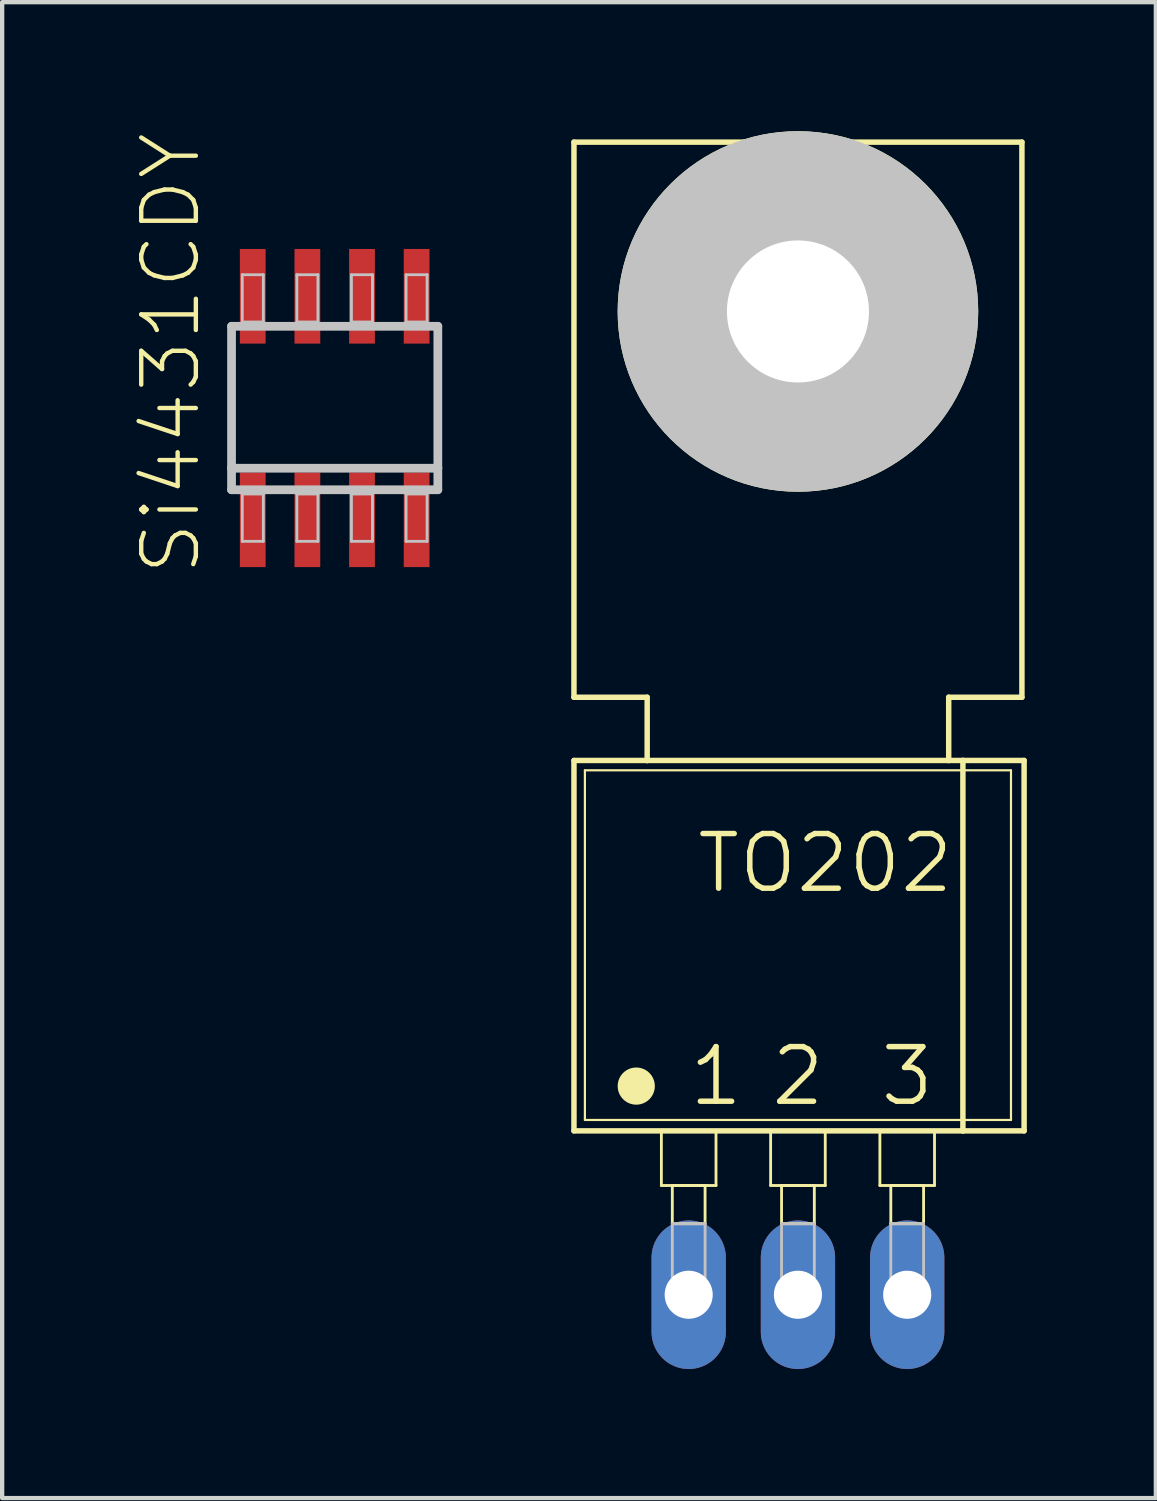
<source format=kicad_pcb>
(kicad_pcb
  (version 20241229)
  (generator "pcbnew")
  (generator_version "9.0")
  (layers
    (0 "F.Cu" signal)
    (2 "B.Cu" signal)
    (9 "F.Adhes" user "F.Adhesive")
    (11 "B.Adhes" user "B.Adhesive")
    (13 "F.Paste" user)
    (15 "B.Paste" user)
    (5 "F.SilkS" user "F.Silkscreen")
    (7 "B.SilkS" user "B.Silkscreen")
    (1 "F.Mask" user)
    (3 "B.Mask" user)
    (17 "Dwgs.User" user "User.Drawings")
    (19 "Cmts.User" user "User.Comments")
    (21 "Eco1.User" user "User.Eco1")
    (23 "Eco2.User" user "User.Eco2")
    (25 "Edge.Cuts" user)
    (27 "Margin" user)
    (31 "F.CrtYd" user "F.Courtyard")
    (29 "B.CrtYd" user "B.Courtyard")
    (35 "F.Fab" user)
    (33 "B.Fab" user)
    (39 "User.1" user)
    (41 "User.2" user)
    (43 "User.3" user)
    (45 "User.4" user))
  (footprint "TO202"
    (layer "F.Cu")
    (at 15.501 21.971)
    (property "Reference" "TO202" (at 0.635 -4.953 0) (layer "F.SilkS") (effects (font (size 1.27 1.27) (thickness 0.127))))
    (attr exclude_from_pos_files exclude_from_bom)
    (fp_line (start -5.207 -21.717) (end -5.207 -8.811) (stroke (width 0.127) (type solid)) (layer "F.SilkS"))
    (fp_line (start -5.207 -7.341) (end -3.505 -7.341) (stroke (width 0.127) (type solid)) (layer "F.SilkS"))
    (fp_line (start -5.207 1.27) (end -5.207 -7.341) (stroke (width 0.127) (type solid)) (layer "F.SilkS"))
    (fp_line (start -5.207 1.27) (end 3.835 1.27) (stroke (width 0.127) (type solid)) (layer "F.SilkS"))
    (fp_line (start -4.953 1.016) (end -4.953 -7.112) (stroke (width 0.051) (type solid)) (layer "F.SilkS"))
    (fp_line (start -4.953 1.016) (end 4.953 1.016) (stroke (width 0.051) (type solid)) (layer "F.SilkS"))
    (fp_line (start -3.505 -8.811) (end -5.207 -8.811) (stroke (width 0.127) (type solid)) (layer "F.SilkS"))
    (fp_line (start -3.505 -7.341) (end -3.505 -8.811) (stroke (width 0.127) (type solid)) (layer "F.SilkS"))
    (fp_line (start -3.505 -7.341) (end 3.505 -7.341) (stroke (width 0.127) (type solid)) (layer "F.SilkS"))
    (fp_line (start -3.175 1.27) (end -1.905 1.27) (stroke (width 0.066) (type solid)) (layer "F.SilkS"))
    (fp_line (start -3.175 2.54) (end -3.175 1.27) (stroke (width 0.066) (type solid)) (layer "F.SilkS"))
    (fp_line (start -3.175 2.54) (end -1.905 2.54) (stroke (width 0.066) (type solid)) (layer "F.SilkS"))
    (fp_line (start -2.921 2.54) (end -2.159 2.54) (stroke (width 0.066) (type solid)) (layer "F.SilkS"))
    (fp_line (start -2.921 3.429) (end -2.921 2.54) (stroke (width 0.066) (type solid)) (layer "F.SilkS"))
    (fp_line (start -2.921 3.429) (end -2.159 3.429) (stroke (width 0.066) (type solid)) (layer "F.SilkS"))
    (fp_line (start -2.159 3.429) (end -2.159 2.54) (stroke (width 0.066) (type solid)) (layer "F.SilkS"))
    (fp_line (start -1.905 2.54) (end -1.905 1.27) (stroke (width 0.066) (type solid)) (layer "F.SilkS"))
    (fp_line (start -0.635 1.27) (end 0.635 1.27) (stroke (width 0.066) (type solid)) (layer "F.SilkS"))
    (fp_line (start -0.635 2.54) (end -0.635 1.27) (stroke (width 0.066) (type solid)) (layer "F.SilkS"))
    (fp_line (start -0.635 2.54) (end 0.635 2.54) (stroke (width 0.066) (type solid)) (layer "F.SilkS"))
    (fp_line (start -0.381 2.54) (end 0.381 2.54) (stroke (width 0.066) (type solid)) (layer "F.SilkS"))
    (fp_line (start -0.381 3.429) (end -0.381 2.54) (stroke (width 0.066) (type solid)) (layer "F.SilkS"))
    (fp_line (start -0.381 3.429) (end 0.381 3.429) (stroke (width 0.066) (type solid)) (layer "F.SilkS"))
    (fp_line (start 0.381 3.429) (end 0.381 2.54) (stroke (width 0.066) (type solid)) (layer "F.SilkS"))
    (fp_line (start 0.635 2.54) (end 0.635 1.27) (stroke (width 0.066) (type solid)) (layer "F.SilkS"))
    (fp_line (start 1.905 1.27) (end 3.175 1.27) (stroke (width 0.066) (type solid)) (layer "F.SilkS"))
    (fp_line (start 1.905 2.54) (end 1.905 1.27) (stroke (width 0.066) (type solid)) (layer "F.SilkS"))
    (fp_line (start 1.905 2.54) (end 3.175 2.54) (stroke (width 0.066) (type solid)) (layer "F.SilkS"))
    (fp_line (start 2.159 2.54) (end 2.921 2.54) (stroke (width 0.066) (type solid)) (layer "F.SilkS"))
    (fp_line (start 2.159 3.429) (end 2.159 2.54) (stroke (width 0.066) (type solid)) (layer "F.SilkS"))
    (fp_line (start 2.159 3.429) (end 2.921 3.429) (stroke (width 0.066) (type solid)) (layer "F.SilkS"))
    (fp_line (start 2.921 3.429) (end 2.921 2.54) (stroke (width 0.066) (type solid)) (layer "F.SilkS"))
    (fp_line (start 3.175 2.54) (end 3.175 1.27) (stroke (width 0.066) (type solid)) (layer "F.SilkS"))
    (fp_line (start 3.505 -8.811) (end 3.505 -7.341) (stroke (width 0.127) (type solid)) (layer "F.SilkS"))
    (fp_line (start 3.505 -7.341) (end 3.835 -7.341) (stroke (width 0.127) (type solid)) (layer "F.SilkS"))
    (fp_line (start 3.835 -7.341) (end 5.258 -7.341) (stroke (width 0.127) (type solid)) (layer "F.SilkS"))
    (fp_line (start 3.835 1.27) (end 3.835 -7.341) (stroke (width 0.127) (type solid)) (layer "F.SilkS"))
    (fp_line (start 3.835 1.27) (end 5.258 1.27) (stroke (width 0.127) (type solid)) (layer "F.SilkS"))
    (fp_line (start 4.953 -7.112) (end -4.953 -7.112) (stroke (width 0.051) (type solid)) (layer "F.SilkS"))
    (fp_line (start 4.953 -7.112) (end 4.953 1.016) (stroke (width 0.051) (type solid)) (layer "F.SilkS"))
    (fp_line (start 5.207 -21.717) (end -5.207 -21.717) (stroke (width 0.127) (type solid)) (layer "F.SilkS"))
    (fp_line (start 5.207 -21.717) (end 5.207 -8.811) (stroke (width 0.127) (type solid)) (layer "F.SilkS"))
    (fp_line (start 5.207 -8.811) (end 3.505 -8.811) (stroke (width 0.127) (type solid)) (layer "F.SilkS"))
    (fp_line (start 5.258 1.27) (end 5.258 -7.341) (stroke (width 0.127) (type solid)) (layer "F.SilkS"))
    (fp_circle (center -3.759 0.229) (end -3.759 -0.203) (stroke (width 0) (type solid)) (fill yes) (layer "F.SilkS"))
    (fp_circle (center 0 -17.78) (end 0 -21.971) (stroke (width 0) (type solid)) (fill yes) (layer "F.SilkS"))
    (fp_circle (center 0 -17.78) (end 0 -19.431) (stroke (width 0.127) (type solid)) (fill no) (layer "F.SilkS"))
    (fp_line (start -2.921 3.429) (end -2.159 3.429) (stroke (width 0.066) (type solid)) (layer "Dwgs.User"))
    (fp_line (start -2.921 5.08) (end -2.921 3.429) (stroke (width 0.066) (type solid)) (layer "Dwgs.User"))
    (fp_line (start -2.921 5.08) (end -2.159 5.08) (stroke (width 0.066) (type solid)) (layer "Dwgs.User"))
    (fp_line (start -2.159 5.08) (end -2.159 3.429) (stroke (width 0.066) (type solid)) (layer "Dwgs.User"))
    (fp_line (start -0.381 3.429) (end 0.381 3.429) (stroke (width 0.066) (type solid)) (layer "Dwgs.User"))
    (fp_line (start -0.381 5.08) (end -0.381 3.429) (stroke (width 0.066) (type solid)) (layer "Dwgs.User"))
    (fp_line (start -0.381 5.08) (end 0.381 5.08) (stroke (width 0.066) (type solid)) (layer "Dwgs.User"))
    (fp_line (start 0.381 5.08) (end 0.381 3.429) (stroke (width 0.066) (type solid)) (layer "Dwgs.User"))
    (fp_line (start 2.159 3.429) (end 2.921 3.429) (stroke (width 0.066) (type solid)) (layer "Dwgs.User"))
    (fp_line (start 2.159 5.08) (end 2.159 3.429) (stroke (width 0.066) (type solid)) (layer "Dwgs.User"))
    (fp_line (start 2.159 5.08) (end 2.921 5.08) (stroke (width 0.066) (type solid)) (layer "Dwgs.User"))
    (fp_line (start 2.921 5.08) (end 2.921 3.429) (stroke (width 0.066) (type solid)) (layer "Dwgs.User"))
    (fp_circle (center 0 -17.78) (end 0 -21.971) (stroke (width 0) (type solid)) (fill yes) (layer "Dwgs.User"))
    (fp_text user "2" (at 0 0 0) (layer "F.SilkS") (effects (font (size 1.27 1.27) (thickness 0.127))))
    (fp_text user "1" (at -1.905 0 0) (layer "F.SilkS") (effects (font (size 1.27 1.27) (thickness 0.127))))
    (fp_text user "3" (at 2.54 0 0) (layer "F.SilkS") (effects (font (size 1.27 1.27) (thickness 0.127))))
    (pad "" np_thru_hole circle (at 0 -17.78) (size 3.302 3.302) (drill 3.302) (layers "*.Cu" "*.Mask"))
    (pad "1" thru_hole oval (at -2.54 5.08 180) (size 1.727 3.454) (drill 1.118) (layers "*.Cu" "*.Paste" "*.Mask"))
    (pad "2" thru_hole oval (at 0 5.08 180) (size 1.727 3.454) (drill 1.118) (layers "*.Cu" "*.Paste" "*.Mask"))
    (pad "3" thru_hole oval (at 2.54 5.08 180) (size 1.727 3.454) (drill 1.118) (layers "*.Cu" "*.Paste" "*.Mask")))
  (footprint "Si4431CDY"
    (layer "F.Cu")
    (at 4.731 6.436)
    (property "Reference" "Si4431CDY" (at -3.81 -1.27 90) (layer "F.SilkS") (effects (font (size 1.27 1.27) (thickness 0.102))))
    (attr smd)
    (fp_line (start -2.398 -1.9) (end 2.398 -1.9) (stroke (width 0.203) (type solid)) (layer "Dwgs.User"))
    (fp_line (start -2.398 1.4) (end -2.398 -1.9) (stroke (width 0.203) (type solid)) (layer "Dwgs.User"))
    (fp_line (start -2.398 1.9) (end -2.398 1.4) (stroke (width 0.203) (type solid)) (layer "Dwgs.User"))
    (fp_line (start -2.149 -3.099) (end -1.659 -3.099) (stroke (width 0.066) (type solid)) (layer "Dwgs.User"))
    (fp_line (start -2.149 -1.999) (end -2.149 -3.099) (stroke (width 0.066) (type solid)) (layer "Dwgs.User"))
    (fp_line (start -2.149 -1.999) (end -1.659 -1.999) (stroke (width 0.066) (type solid)) (layer "Dwgs.User"))
    (fp_line (start -2.149 1.999) (end -1.659 1.999) (stroke (width 0.066) (type solid)) (layer "Dwgs.User"))
    (fp_line (start -2.149 3.099) (end -2.149 1.999) (stroke (width 0.066) (type solid)) (layer "Dwgs.User"))
    (fp_line (start -2.149 3.099) (end -1.659 3.099) (stroke (width 0.066) (type solid)) (layer "Dwgs.User"))
    (fp_line (start -1.659 -1.999) (end -1.659 -3.099) (stroke (width 0.066) (type solid)) (layer "Dwgs.User"))
    (fp_line (start -1.659 3.099) (end -1.659 1.999) (stroke (width 0.066) (type solid)) (layer "Dwgs.User"))
    (fp_line (start -0.879 -3.099) (end -0.389 -3.099) (stroke (width 0.066) (type solid)) (layer "Dwgs.User"))
    (fp_line (start -0.879 -1.999) (end -0.879 -3.099) (stroke (width 0.066) (type solid)) (layer "Dwgs.User"))
    (fp_line (start -0.879 -1.999) (end -0.389 -1.999) (stroke (width 0.066) (type solid)) (layer "Dwgs.User"))
    (fp_line (start -0.879 1.999) (end -0.389 1.999) (stroke (width 0.066) (type solid)) (layer "Dwgs.User"))
    (fp_line (start -0.879 3.099) (end -0.879 1.999) (stroke (width 0.066) (type solid)) (layer "Dwgs.User"))
    (fp_line (start -0.879 3.099) (end -0.389 3.099) (stroke (width 0.066) (type solid)) (layer "Dwgs.User"))
    (fp_line (start -0.389 -1.999) (end -0.389 -3.099) (stroke (width 0.066) (type solid)) (layer "Dwgs.User"))
    (fp_line (start -0.389 3.099) (end -0.389 1.999) (stroke (width 0.066) (type solid)) (layer "Dwgs.User"))
    (fp_line (start 0.389 -3.099) (end 0.879 -3.099) (stroke (width 0.066) (type solid)) (layer "Dwgs.User"))
    (fp_line (start 0.389 -1.999) (end 0.389 -3.099) (stroke (width 0.066) (type solid)) (layer "Dwgs.User"))
    (fp_line (start 0.389 -1.999) (end 0.879 -1.999) (stroke (width 0.066) (type solid)) (layer "Dwgs.User"))
    (fp_line (start 0.389 1.999) (end 0.879 1.999) (stroke (width 0.066) (type solid)) (layer "Dwgs.User"))
    (fp_line (start 0.389 3.099) (end 0.389 1.999) (stroke (width 0.066) (type solid)) (layer "Dwgs.User"))
    (fp_line (start 0.389 3.099) (end 0.879 3.099) (stroke (width 0.066) (type solid)) (layer "Dwgs.User"))
    (fp_line (start 0.879 -1.999) (end 0.879 -3.099) (stroke (width 0.066) (type solid)) (layer "Dwgs.User"))
    (fp_line (start 0.879 3.099) (end 0.879 1.999) (stroke (width 0.066) (type solid)) (layer "Dwgs.User"))
    (fp_line (start 1.659 -3.099) (end 2.149 -3.099) (stroke (width 0.066) (type solid)) (layer "Dwgs.User"))
    (fp_line (start 1.659 -1.999) (end 1.659 -3.099) (stroke (width 0.066) (type solid)) (layer "Dwgs.User"))
    (fp_line (start 1.659 -1.999) (end 2.149 -1.999) (stroke (width 0.066) (type solid)) (layer "Dwgs.User"))
    (fp_line (start 1.659 1.999) (end 2.149 1.999) (stroke (width 0.066) (type solid)) (layer "Dwgs.User"))
    (fp_line (start 1.659 3.099) (end 1.659 1.999) (stroke (width 0.066) (type solid)) (layer "Dwgs.User"))
    (fp_line (start 1.659 3.099) (end 2.149 3.099) (stroke (width 0.066) (type solid)) (layer "Dwgs.User"))
    (fp_line (start 2.149 -1.999) (end 2.149 -3.099) (stroke (width 0.066) (type solid)) (layer "Dwgs.User"))
    (fp_line (start 2.149 3.099) (end 2.149 1.999) (stroke (width 0.066) (type solid)) (layer "Dwgs.User"))
    (fp_line (start 2.398 -1.9) (end 2.398 1.4) (stroke (width 0.203) (type solid)) (layer "Dwgs.User"))
    (fp_line (start 2.398 1.4) (end -2.398 1.4) (stroke (width 0.203) (type solid)) (layer "Dwgs.User"))
    (fp_line (start 2.398 1.4) (end 2.398 1.9) (stroke (width 0.203) (type solid)) (layer "Dwgs.User"))
    (fp_line (start 2.398 1.9) (end -2.398 1.9) (stroke (width 0.203) (type solid)) (layer "Dwgs.User"))
    (pad "D" smd rect (at -1.905 -2.598) (size 0.599 2.2) (layers "F.Cu" "F.Mask" "F.Paste"))
    (pad "D" smd rect (at -0.635 -2.598) (size 0.599 2.2) (layers "F.Cu" "F.Mask" "F.Paste"))
    (pad "D" smd rect (at 0.635 -2.598) (size 0.599 2.2) (layers "F.Cu" "F.Mask" "F.Paste"))
    (pad "D" smd rect (at 1.905 -2.598) (size 0.599 2.2) (layers "F.Cu" "F.Mask" "F.Paste"))
    (pad "G" smd rect (at 1.905 2.598) (size 0.599 2.2) (layers "F.Cu" "F.Mask" "F.Paste"))
    (pad "S" smd rect (at -1.905 2.598) (size 0.599 2.2) (layers "F.Cu" "F.Mask" "F.Paste"))
    (pad "S" smd rect (at -0.635 2.598) (size 0.599 2.2) (layers "F.Cu" "F.Mask" "F.Paste"))
    (pad "S" smd rect (at 0.635 2.598) (size 0.599 2.2) (layers "F.Cu" "F.Mask" "F.Paste")))
  (gr_rect
    (start -3 -3)
    (end 23.822 31.778)
    (stroke (width 0.1) (type default))
    (fill no)
    (layer "Edge.Cuts")))
</source>
